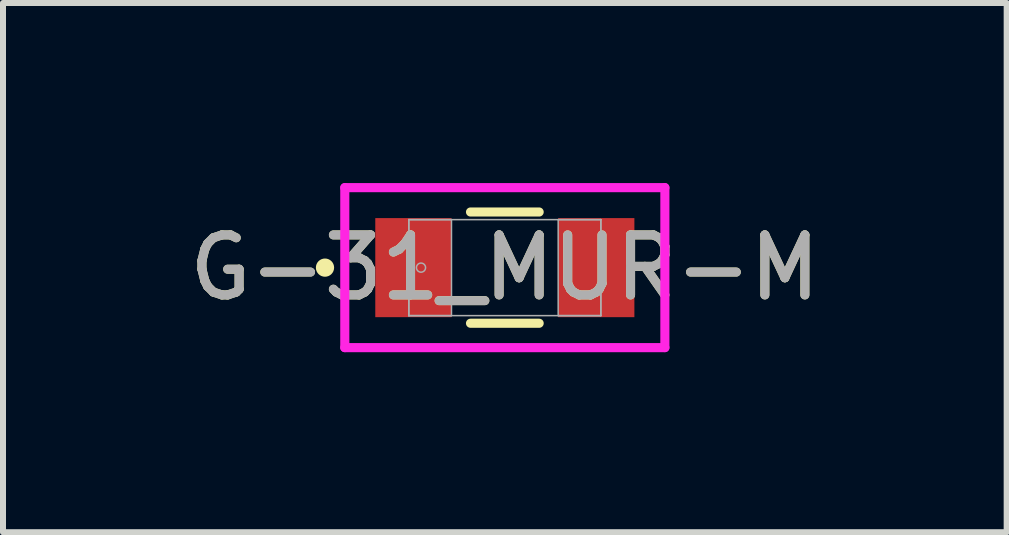
<source format=kicad_pcb>
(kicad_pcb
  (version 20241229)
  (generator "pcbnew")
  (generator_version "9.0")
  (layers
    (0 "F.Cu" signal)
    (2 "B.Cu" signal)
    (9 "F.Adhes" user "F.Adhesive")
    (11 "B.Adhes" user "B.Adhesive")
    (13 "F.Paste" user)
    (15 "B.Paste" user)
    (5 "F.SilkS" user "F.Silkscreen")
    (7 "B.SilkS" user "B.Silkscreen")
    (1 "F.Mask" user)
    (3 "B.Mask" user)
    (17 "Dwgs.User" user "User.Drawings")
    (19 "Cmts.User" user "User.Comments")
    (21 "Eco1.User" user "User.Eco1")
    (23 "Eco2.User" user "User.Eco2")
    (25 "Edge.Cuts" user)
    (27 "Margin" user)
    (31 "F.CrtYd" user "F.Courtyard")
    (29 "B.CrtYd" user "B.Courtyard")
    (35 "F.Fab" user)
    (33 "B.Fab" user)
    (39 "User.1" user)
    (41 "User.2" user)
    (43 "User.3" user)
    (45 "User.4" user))
  (footprint "G-31_MUR-M"
    (layer "F.Cu")
    (at 5.363 1.41)
    (property "Reference" "G-31_MUR-M" (at 0 0 0) (unlocked yes) (layer "F.SilkS") (effects (font (size 1 1) (thickness 0.15))))
    (attr smd)
    (fp_line (start -0.572 0.927) (end 0.572 0.927) (stroke (width 0.152) (type solid)) (layer "F.SilkS"))
    (fp_line (start 0.572 -0.927) (end -0.572 -0.927) (stroke (width 0.152) (type solid)) (layer "F.SilkS"))
    (fp_circle (center -2.997 0) (end -2.921 0) (stroke (width 0.152) (type solid)) (fill no) (layer "F.SilkS"))
    (fp_line (start -2.667 -1.333) (end 2.667 -1.333) (stroke (width 0.152) (type solid)) (layer "F.CrtYd"))
    (fp_line (start -2.667 1.333) (end -2.667 -1.333) (stroke (width 0.152) (type solid)) (layer "F.CrtYd"))
    (fp_line (start 2.667 -1.333) (end 2.667 1.333) (stroke (width 0.152) (type solid)) (layer "F.CrtYd"))
    (fp_line (start 2.667 1.333) (end -2.667 1.333) (stroke (width 0.152) (type solid)) (layer "F.CrtYd"))
    (fp_line (start -1.6 -0.8) (end -1.6 0.8) (stroke (width 0.025) (type solid)) (layer "F.Fab"))
    (fp_line (start -1.6 -0.8) (end -1.6 0.8) (stroke (width 0.025) (type solid)) (layer "F.Fab"))
    (fp_line (start -1.6 0.8) (end -0.889 0.8) (stroke (width 0.025) (type solid)) (layer "F.Fab"))
    (fp_line (start -1.6 0.8) (end 1.6 0.8) (stroke (width 0.025) (type solid)) (layer "F.Fab"))
    (fp_line (start -0.889 -0.8) (end -1.6 -0.8) (stroke (width 0.025) (type solid)) (layer "F.Fab"))
    (fp_line (start -0.889 0.8) (end -0.889 -0.8) (stroke (width 0.025) (type solid)) (layer "F.Fab"))
    (fp_line (start 0.889 -0.8) (end 0.889 0.8) (stroke (width 0.025) (type solid)) (layer "F.Fab"))
    (fp_line (start 0.889 0.8) (end 1.6 0.8) (stroke (width 0.025) (type solid)) (layer "F.Fab"))
    (fp_line (start 1.6 -0.8) (end -1.6 -0.8) (stroke (width 0.025) (type solid)) (layer "F.Fab"))
    (fp_line (start 1.6 -0.8) (end 0.889 -0.8) (stroke (width 0.025) (type solid)) (layer "F.Fab"))
    (fp_line (start 1.6 0.8) (end 1.6 -0.8) (stroke (width 0.025) (type solid)) (layer "F.Fab"))
    (fp_line (start 1.6 0.8) (end 1.6 -0.8) (stroke (width 0.025) (type solid)) (layer "F.Fab"))
    (fp_circle (center -1.397 0) (end -1.321 0) (stroke (width 0.025) (type solid)) (fill no) (layer "F.Fab"))
    (fp_text user "${REFERENCE}" (at 0 0 0) (unlocked yes) (layer "F.Fab") (effects (font (size 1 1) (thickness 0.15))))
    (pad "1" smd rect (at -1.524 0) (size 1.27 1.651) (layers "F.Cu" "F.Mask" "F.Paste"))
    (pad "2" smd rect (at 1.524 0) (size 1.27 1.651) (layers "F.Cu" "F.Mask" "F.Paste"))
    (zone (net_name "") (layer "F.Cu") (hatch full 0.508) (connect_pads) (min_thickness 0.254) (filled_areas_thickness no) (keepout (tracks not_allowed) (vias not_allowed) (pads allowed) (copperpour not_allowed) (footprints allowed)) (placement (enabled no)) (fill) (polygon (pts (xy 4.525 0.66) (xy 6.201 0.66) (xy 6.201 2.159) (xy 4.525 2.159)))))
  (gr_rect
    (start -3 -3)
    (end 13.726 5.819)
    (stroke (width 0.1) (type default))
    (fill no)
    (layer "Edge.Cuts")))
</source>
